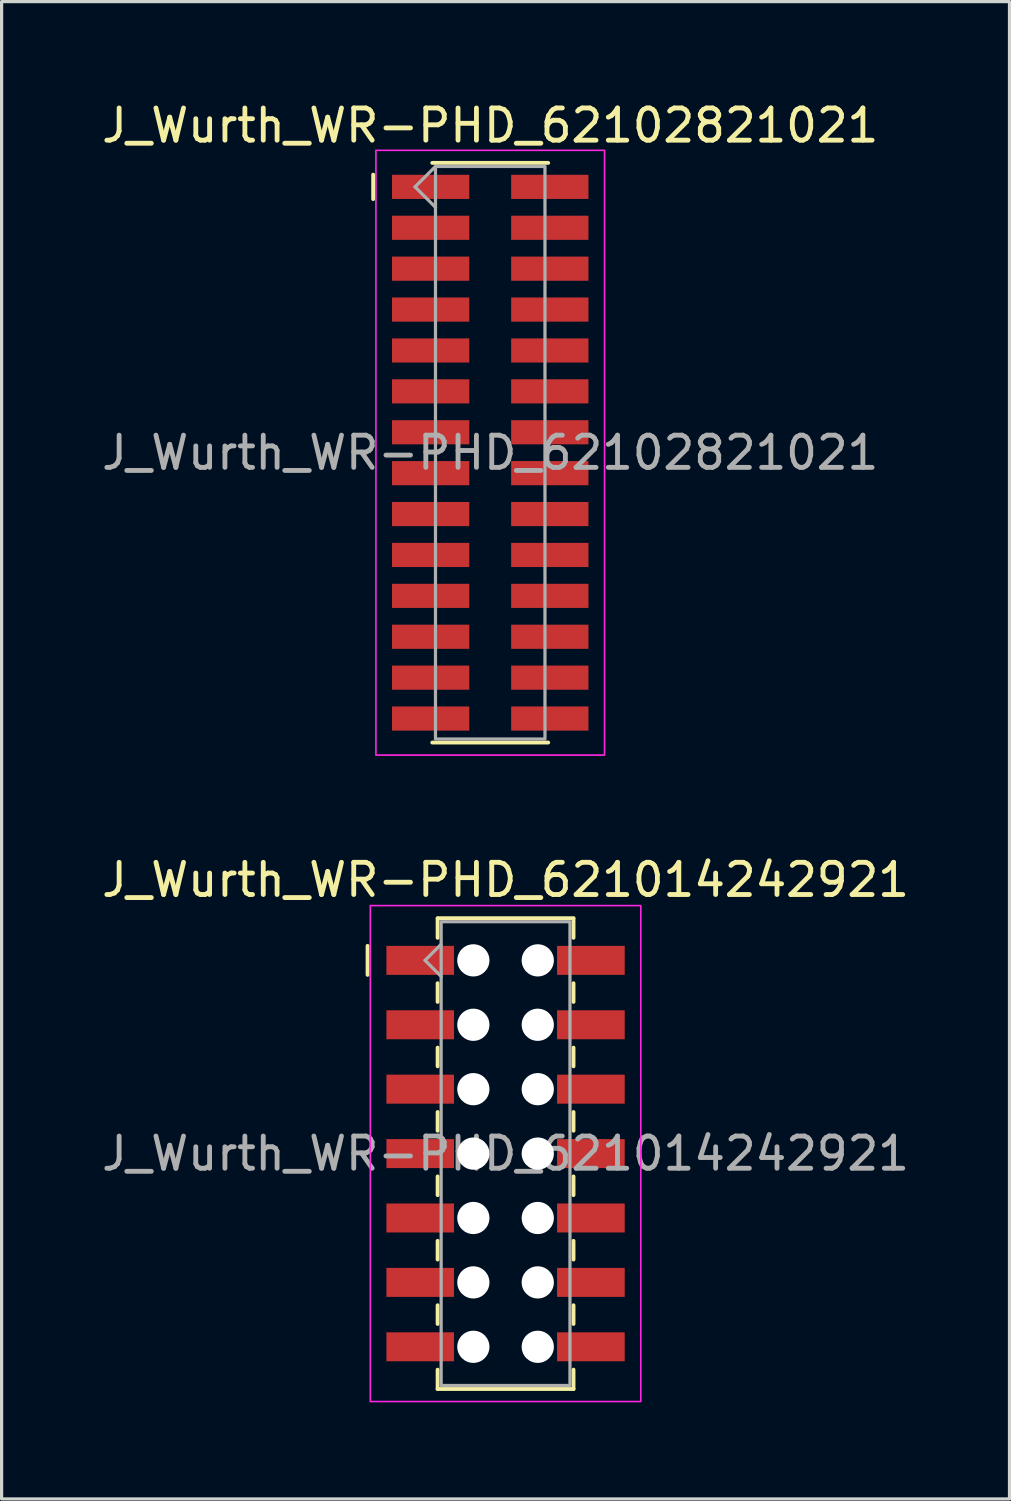
<source format=kicad_pcb>
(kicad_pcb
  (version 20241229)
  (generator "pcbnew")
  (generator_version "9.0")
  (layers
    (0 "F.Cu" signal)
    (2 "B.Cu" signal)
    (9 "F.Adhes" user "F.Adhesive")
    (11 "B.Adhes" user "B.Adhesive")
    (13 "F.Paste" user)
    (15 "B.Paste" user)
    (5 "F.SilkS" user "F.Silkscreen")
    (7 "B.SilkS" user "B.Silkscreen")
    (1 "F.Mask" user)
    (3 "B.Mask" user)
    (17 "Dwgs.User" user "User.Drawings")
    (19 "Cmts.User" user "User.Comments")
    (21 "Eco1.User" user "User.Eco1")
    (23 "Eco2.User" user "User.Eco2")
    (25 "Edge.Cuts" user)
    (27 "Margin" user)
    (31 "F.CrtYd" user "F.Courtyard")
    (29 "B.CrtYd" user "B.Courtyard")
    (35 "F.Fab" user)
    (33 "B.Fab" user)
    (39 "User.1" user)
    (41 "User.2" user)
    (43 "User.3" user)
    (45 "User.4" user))
  (footprint "J_Wurth_WR-PHD_621014242921"
    (layer "F.Cu")
    (at 12.649 32.772)
    (property "Reference" "J_Wurth_WR-PHD_621014242921" (at 0 -8.5 0) (unlocked yes) (layer "F.SilkS") (effects (font (size 1 1) (thickness 0.15))))
    (attr smd)
    (fp_line (start -4.285 -6.45) (end -4.285 -5.55) (stroke (width 0.12) (type solid)) (layer "F.SilkS"))
    (fp_line (start -2.11 -7.31) (end 2.11 -7.31) (stroke (width 0.12) (type solid)) (layer "F.SilkS"))
    (fp_line (start -2.11 -6.7) (end -2.11 -7.3) (stroke (width 0.12) (type solid)) (layer "F.SilkS"))
    (fp_line (start -2.11 -5.29) (end -2.11 -4.71) (stroke (width 0.12) (type solid)) (layer "F.SilkS"))
    (fp_line (start -2.11 -3.29) (end -2.11 -2.71) (stroke (width 0.12) (type solid)) (layer "F.SilkS"))
    (fp_line (start -2.11 -1.29) (end -2.11 -0.71) (stroke (width 0.12) (type solid)) (layer "F.SilkS"))
    (fp_line (start -2.11 0.71) (end -2.11 1.29) (stroke (width 0.12) (type solid)) (layer "F.SilkS"))
    (fp_line (start -2.11 2.71) (end -2.11 3.29) (stroke (width 0.12) (type solid)) (layer "F.SilkS"))
    (fp_line (start -2.11 4.71) (end -2.11 5.29) (stroke (width 0.12) (type solid)) (layer "F.SilkS"))
    (fp_line (start -2.11 6.71) (end -2.11 7.31) (stroke (width 0.12) (type solid)) (layer "F.SilkS"))
    (fp_line (start 2.11 -6.7) (end 2.11 -7.3) (stroke (width 0.12) (type solid)) (layer "F.SilkS"))
    (fp_line (start 2.11 -5.29) (end 2.11 -4.71) (stroke (width 0.12) (type solid)) (layer "F.SilkS"))
    (fp_line (start 2.11 -3.29) (end 2.11 -2.71) (stroke (width 0.12) (type solid)) (layer "F.SilkS"))
    (fp_line (start 2.11 -1.29) (end 2.11 -0.71) (stroke (width 0.12) (type solid)) (layer "F.SilkS"))
    (fp_line (start 2.11 0.71) (end 2.11 1.29) (stroke (width 0.12) (type solid)) (layer "F.SilkS"))
    (fp_line (start 2.11 2.71) (end 2.11 3.29) (stroke (width 0.12) (type solid)) (layer "F.SilkS"))
    (fp_line (start 2.11 4.71) (end 2.11 5.29) (stroke (width 0.12) (type solid)) (layer "F.SilkS"))
    (fp_line (start 2.11 6.71) (end 2.11 7.31) (stroke (width 0.12) (type solid)) (layer "F.SilkS"))
    (fp_line (start 2.11 7.31) (end -2.11 7.31) (stroke (width 0.12) (type solid)) (layer "F.SilkS"))
    (fp_rect (start -4.2 -7.7) (end 4.2 7.7) (stroke (width 0.05) (type solid)) (fill no) (layer "F.CrtYd"))
    (fp_line (start -2.5 -6) (end -2 -5.5) (stroke (width 0.1) (type default)) (layer "F.Fab"))
    (fp_line (start -2 -6.5) (end -2.5 -6) (stroke (width 0.1) (type default)) (layer "F.Fab"))
    (fp_rect (start -2 -7.2) (end 2 7.2) (stroke (width 0.1) (type solid)) (fill no) (layer "F.Fab"))
    (fp_text user "${REFERENCE}" (at 0 0 0) (unlocked yes) (layer "F.Fab") (effects (font (size 1 1) (thickness 0.15))))
    (pad "" np_thru_hole circle (at -1 -6 270) (size 1 1) (drill 1) (layers "*.Cu" "*.Mask"))
    (pad "" np_thru_hole circle (at -1 -4 270) (size 1 1) (drill 1) (layers "*.Cu" "*.Mask"))
    (pad "" np_thru_hole circle (at -1 -2 270) (size 1 1) (drill 1) (layers "*.Cu" "*.Mask"))
    (pad "" np_thru_hole circle (at -1 0 270) (size 1 1) (drill 1) (layers "*.Cu" "*.Mask"))
    (pad "" np_thru_hole circle (at -1 2 270) (size 1 1) (drill 1) (layers "*.Cu" "*.Mask"))
    (pad "" np_thru_hole circle (at -1 4 270) (size 1 1) (drill 1) (layers "*.Cu" "*.Mask"))
    (pad "" np_thru_hole circle (at -1 6 270) (size 1 1) (drill 1) (layers "*.Cu" "*.Mask"))
    (pad "" np_thru_hole circle (at 1 -6 270) (size 1 1) (drill 1) (layers "*.Cu" "*.Mask"))
    (pad "" np_thru_hole circle (at 1 -4 270) (size 1 1) (drill 1) (layers "*.Cu" "*.Mask"))
    (pad "" np_thru_hole circle (at 1 -2 270) (size 1 1) (drill 1) (layers "*.Cu" "*.Mask"))
    (pad "" np_thru_hole circle (at 1 0 270) (size 1 1) (drill 1) (layers "*.Cu" "*.Mask"))
    (pad "" np_thru_hole circle (at 1 2 270) (size 1 1) (drill 1) (layers "*.Cu" "*.Mask"))
    (pad "" np_thru_hole circle (at 1 4 270) (size 1 1) (drill 1) (layers "*.Cu" "*.Mask"))
    (pad "" np_thru_hole circle (at 1 6 270) (size 1 1) (drill 1) (layers "*.Cu" "*.Mask"))
    (pad "1" smd rect (at -2.65 -6 270) (size 0.9 2.1) (layers "F.Cu" "F.Mask" "F.Paste"))
    (pad "2" smd rect (at 2.65 -6 270) (size 0.9 2.1) (layers "F.Cu" "F.Mask" "F.Paste"))
    (pad "3" smd rect (at -2.65 -4 270) (size 0.9 2.1) (layers "F.Cu" "F.Mask" "F.Paste"))
    (pad "4" smd rect (at 2.65 -4 270) (size 0.9 2.1) (layers "F.Cu" "F.Mask" "F.Paste"))
    (pad "5" smd rect (at -2.65 -2 270) (size 0.9 2.1) (layers "F.Cu" "F.Mask" "F.Paste"))
    (pad "6" smd rect (at 2.65 -2 270) (size 0.9 2.1) (layers "F.Cu" "F.Mask" "F.Paste"))
    (pad "7" smd rect (at -2.65 0 270) (size 0.9 2.1) (layers "F.Cu" "F.Mask" "F.Paste"))
    (pad "8" smd rect (at 2.65 0 270) (size 0.9 2.1) (layers "F.Cu" "F.Mask" "F.Paste"))
    (pad "9" smd rect (at -2.65 2 270) (size 0.9 2.1) (layers "F.Cu" "F.Mask" "F.Paste"))
    (pad "10" smd rect (at 2.65 2 270) (size 0.9 2.1) (layers "F.Cu" "F.Mask" "F.Paste"))
    (pad "11" smd rect (at -2.65 4 270) (size 0.9 2.1) (layers "F.Cu" "F.Mask" "F.Paste"))
    (pad "12" smd rect (at 2.65 4 270) (size 0.9 2.1) (layers "F.Cu" "F.Mask" "F.Paste"))
    (pad "13" smd rect (at -2.65 6 270) (size 0.9 2.1) (layers "F.Cu" "F.Mask" "F.Paste"))
    (pad "14" smd rect (at 2.65 6 270) (size 0.9 2.1) (layers "F.Cu" "F.Mask" "F.Paste")))
  (footprint "J_Wurth_WR-PHD_62102821021"
    (layer "F.Cu")
    (at 12.173 11.008)
    (property "Reference" "J_Wurth_WR-PHD_62102821021" (at 0 -10.16 0) (unlocked yes) (layer "F.SilkS") (effects (font (size 1 1) (thickness 0.15))))
    (attr smd)
    (fp_line (start -3.635 -8.635) (end -3.635 -7.875) (stroke (width 0.12) (type solid)) (layer "F.SilkS"))
    (fp_line (start 1.8 -9) (end -1.8 -9) (stroke (width 0.12) (type solid)) (layer "F.SilkS"))
    (fp_line (start 1.8 9) (end -1.8 9) (stroke (width 0.12) (type solid)) (layer "F.SilkS"))
    (fp_rect (start -3.55 -9.39) (end 3.55 9.39) (stroke (width 0.05) (type solid)) (fill no) (layer "F.CrtYd"))
    (fp_line (start -2.335 -8.255) (end -1.7 -7.62) (stroke (width 0.1) (type default)) (layer "F.Fab"))
    (fp_line (start -1.7 -8.89) (end -2.335 -8.255) (stroke (width 0.1) (type default)) (layer "F.Fab"))
    (fp_rect (start -1.7 -8.89) (end 1.7 8.89) (stroke (width 0.1) (type solid)) (fill no) (layer "F.Fab"))
    (fp_text user "${REFERENCE}" (at 0 0 0) (unlocked yes) (layer "F.Fab") (effects (font (size 1 1) (thickness 0.15))))
    (pad "1" smd rect (at -1.85 -8.255 270) (size 0.75 2.4) (layers "F.Cu" "F.Mask" "F.Paste"))
    (pad "2" smd rect (at 1.85 -8.255 270) (size 0.75 2.4) (layers "F.Cu" "F.Mask" "F.Paste"))
    (pad "3" smd rect (at -1.85 -6.985 270) (size 0.75 2.4) (layers "F.Cu" "F.Mask" "F.Paste"))
    (pad "4" smd rect (at 1.85 -6.985 270) (size 0.75 2.4) (layers "F.Cu" "F.Mask" "F.Paste"))
    (pad "5" smd rect (at -1.85 -5.715 270) (size 0.75 2.4) (layers "F.Cu" "F.Mask" "F.Paste"))
    (pad "6" smd rect (at 1.85 -5.715 270) (size 0.75 2.4) (layers "F.Cu" "F.Mask" "F.Paste"))
    (pad "7" smd rect (at -1.85 -4.445 270) (size 0.75 2.4) (layers "F.Cu" "F.Mask" "F.Paste"))
    (pad "8" smd rect (at 1.85 -4.445 270) (size 0.75 2.4) (layers "F.Cu" "F.Mask" "F.Paste"))
    (pad "9" smd rect (at -1.85 -3.175 270) (size 0.75 2.4) (layers "F.Cu" "F.Mask" "F.Paste"))
    (pad "10" smd rect (at 1.85 -3.175 270) (size 0.75 2.4) (layers "F.Cu" "F.Mask" "F.Paste"))
    (pad "11" smd rect (at -1.85 -1.905 270) (size 0.75 2.4) (layers "F.Cu" "F.Mask" "F.Paste"))
    (pad "12" smd rect (at 1.85 -1.905 270) (size 0.75 2.4) (layers "F.Cu" "F.Mask" "F.Paste"))
    (pad "13" smd rect (at -1.85 -0.635 270) (size 0.75 2.4) (layers "F.Cu" "F.Mask" "F.Paste"))
    (pad "14" smd rect (at 1.85 -0.635 270) (size 0.75 2.4) (layers "F.Cu" "F.Mask" "F.Paste"))
    (pad "15" smd rect (at -1.85 0.635 270) (size 0.75 2.4) (layers "F.Cu" "F.Mask" "F.Paste"))
    (pad "16" smd rect (at 1.85 0.635 270) (size 0.75 2.4) (layers "F.Cu" "F.Mask" "F.Paste"))
    (pad "17" smd rect (at -1.85 1.905 270) (size 0.75 2.4) (layers "F.Cu" "F.Mask" "F.Paste"))
    (pad "18" smd rect (at 1.85 1.905 270) (size 0.75 2.4) (layers "F.Cu" "F.Mask" "F.Paste"))
    (pad "19" smd rect (at -1.85 3.175 270) (size 0.75 2.4) (layers "F.Cu" "F.Mask" "F.Paste"))
    (pad "20" smd rect (at 1.85 3.175 270) (size 0.75 2.4) (layers "F.Cu" "F.Mask" "F.Paste"))
    (pad "21" smd rect (at -1.85 4.445 270) (size 0.75 2.4) (layers "F.Cu" "F.Mask" "F.Paste"))
    (pad "22" smd rect (at 1.85 4.445 270) (size 0.75 2.4) (layers "F.Cu" "F.Mask" "F.Paste"))
    (pad "23" smd rect (at -1.85 5.715 270) (size 0.75 2.4) (layers "F.Cu" "F.Mask" "F.Paste"))
    (pad "24" smd rect (at 1.85 5.715 270) (size 0.75 2.4) (layers "F.Cu" "F.Mask" "F.Paste"))
    (pad "25" smd rect (at -1.85 6.985 270) (size 0.75 2.4) (layers "F.Cu" "F.Mask" "F.Paste"))
    (pad "26" smd rect (at 1.85 6.985 270) (size 0.75 2.4) (layers "F.Cu" "F.Mask" "F.Paste"))
    (pad "27" smd rect (at -1.85 8.255 270) (size 0.75 2.4) (layers "F.Cu" "F.Mask" "F.Paste"))
    (pad "28" smd rect (at 1.85 8.255 270) (size 0.75 2.4) (layers "F.Cu" "F.Mask" "F.Paste")))
  (gr_rect
    (start -3 -3)
    (end 28.298 43.496)
    (stroke (width 0.1) (type default))
    (fill no)
    (layer "Edge.Cuts")))
</source>
